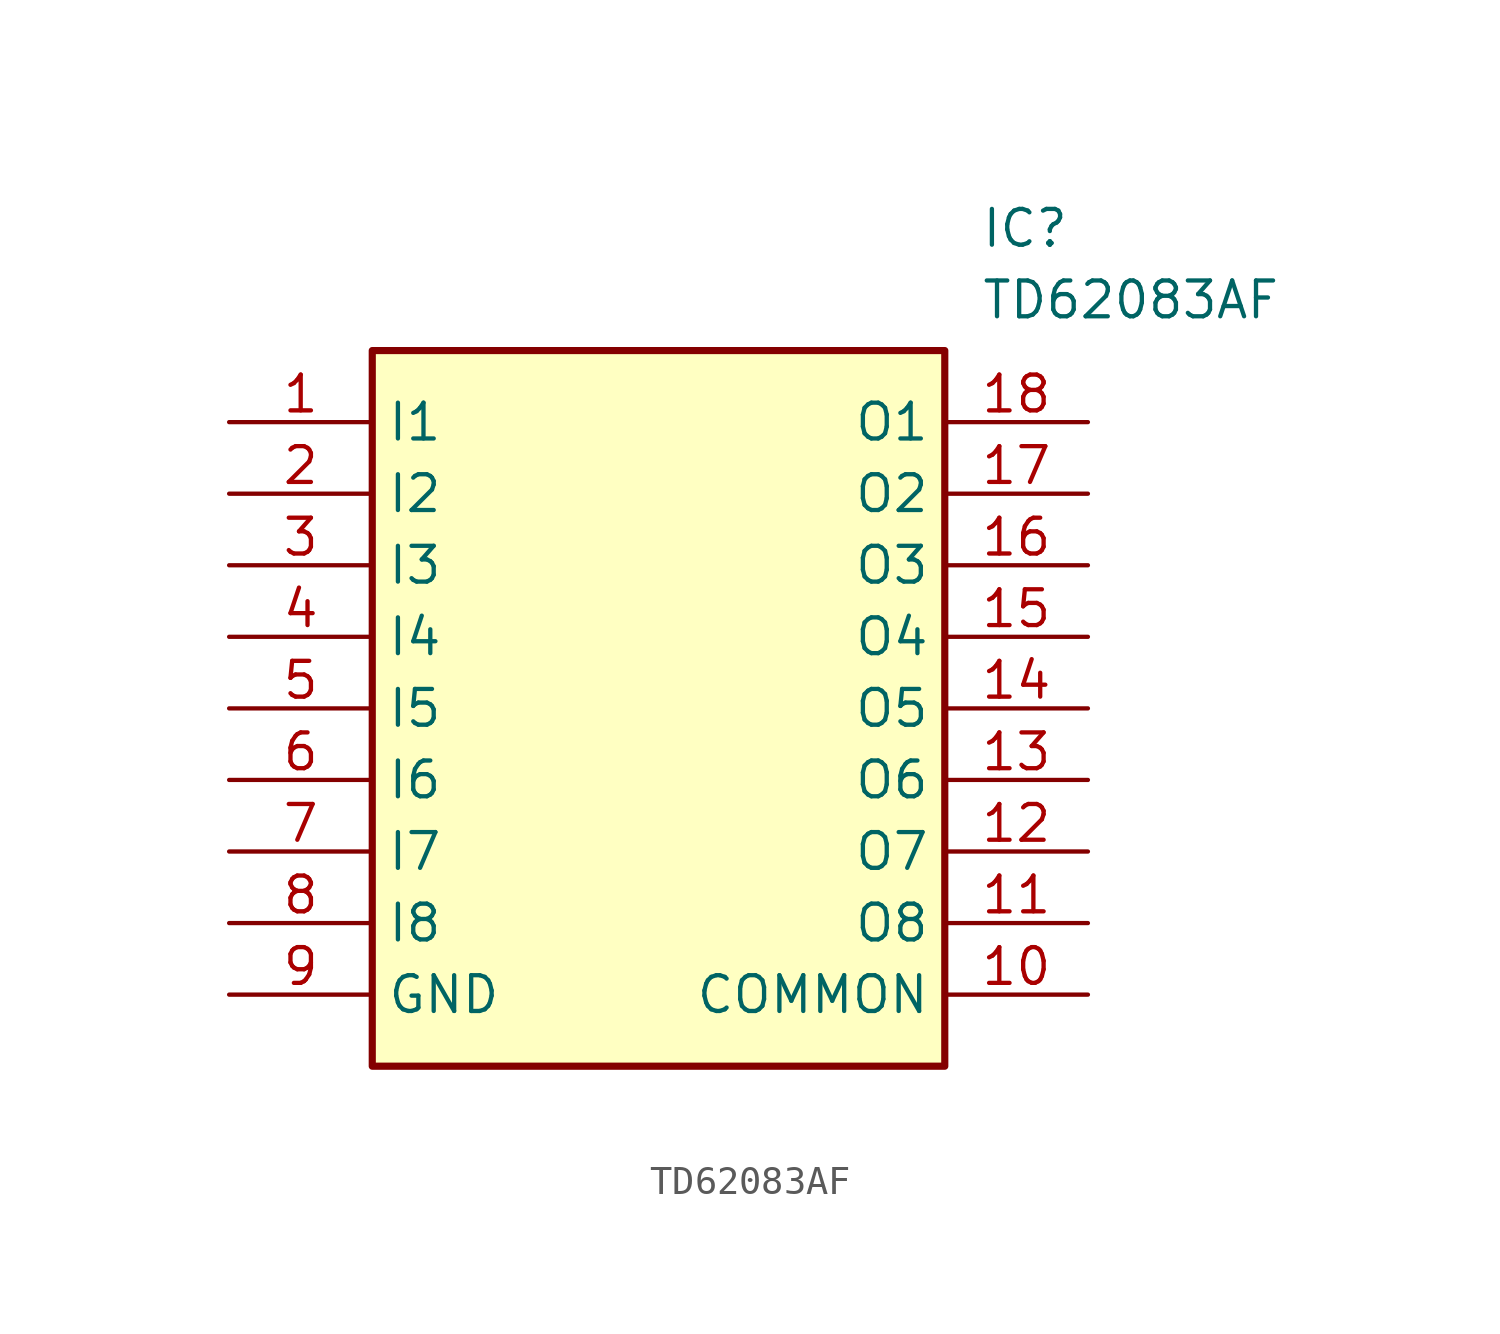
<source format=kicad_sym>
(kicad_symbol_lib
  (version 20211014)
  (generator SamacSys_ECAD_Model)
  (symbol "TD62083AF"
    (property "Reference" "IC"
      (at 26.67 7.62 0)
      (effects (font (size 1.27 1.27)) (justify left top)))
    (property "Value" "TD62083AF"
      (at 26.67 5.08 0)
      (effects (font (size 1.27 1.27)) (justify left top)))
    (rectangle
      (start 5.08 2.54)
      (end 25.4 -22.86)
      (stroke (width 0.254) (type default))
      (fill (type background)))
    (pin passive line
      (at 0 0 0)
      (length 5.08)
      (name "I1" (effects (font (size 1.27 1.27))))
      (number "1" (effects (font (size 1.27 1.27)))))
    (pin passive line
      (at 0 -2.54 0)
      (length 5.08)
      (name "I2" (effects (font (size 1.27 1.27))))
      (number "2" (effects (font (size 1.27 1.27)))))
    (pin passive line
      (at 0 -5.08 0)
      (length 5.08)
      (name "I3" (effects (font (size 1.27 1.27))))
      (number "3" (effects (font (size 1.27 1.27)))))
    (pin passive line
      (at 0 -7.62 0)
      (length 5.08)
      (name "I4" (effects (font (size 1.27 1.27))))
      (number "4" (effects (font (size 1.27 1.27)))))
    (pin passive line
      (at 0 -10.16 0)
      (length 5.08)
      (name "I5" (effects (font (size 1.27 1.27))))
      (number "5" (effects (font (size 1.27 1.27)))))
    (pin passive line
      (at 0 -12.7 0)
      (length 5.08)
      (name "I6" (effects (font (size 1.27 1.27))))
      (number "6" (effects (font (size 1.27 1.27)))))
    (pin passive line
      (at 0 -15.24 0)
      (length 5.08)
      (name "I7" (effects (font (size 1.27 1.27))))
      (number "7" (effects (font (size 1.27 1.27)))))
    (pin passive line
      (at 0 -17.78 0)
      (length 5.08)
      (name "I8" (effects (font (size 1.27 1.27))))
      (number "8" (effects (font (size 1.27 1.27)))))
    (pin passive line
      (at 0 -20.32 0)
      (length 5.08)
      (name "GND" (effects (font (size 1.27 1.27))))
      (number "9" (effects (font (size 1.27 1.27)))))
    (pin passive line
      (at 30.48 0 180)
      (length 5.08)
      (name "O1" (effects (font (size 1.27 1.27))))
      (number "18" (effects (font (size 1.27 1.27)))))
    (pin passive line
      (at 30.48 -2.54 180)
      (length 5.08)
      (name "O2" (effects (font (size 1.27 1.27))))
      (number "17" (effects (font (size 1.27 1.27)))))
    (pin passive line
      (at 30.48 -5.08 180)
      (length 5.08)
      (name "O3" (effects (font (size 1.27 1.27))))
      (number "16" (effects (font (size 1.27 1.27)))))
    (pin passive line
      (at 30.48 -7.62 180)
      (length 5.08)
      (name "O4" (effects (font (size 1.27 1.27))))
      (number "15" (effects (font (size 1.27 1.27)))))
    (pin passive line
      (at 30.48 -10.16 180)
      (length 5.08)
      (name "O5" (effects (font (size 1.27 1.27))))
      (number "14" (effects (font (size 1.27 1.27)))))
    (pin passive line
      (at 30.48 -12.7 180)
      (length 5.08)
      (name "O6" (effects (font (size 1.27 1.27))))
      (number "13" (effects (font (size 1.27 1.27)))))
    (pin passive line
      (at 30.48 -15.24 180)
      (length 5.08)
      (name "O7" (effects (font (size 1.27 1.27))))
      (number "12" (effects (font (size 1.27 1.27)))))
    (pin passive line
      (at 30.48 -17.78 180)
      (length 5.08)
      (name "O8" (effects (font (size 1.27 1.27))))
      (number "11" (effects (font (size 1.27 1.27)))))
    (pin passive line
      (at 30.48 -20.32 180)
      (length 5.08)
      (name "COMMON" (effects (font (size 1.27 1.27))))
      (number "10" (effects (font (size 1.27 1.27)))))))
</source>
